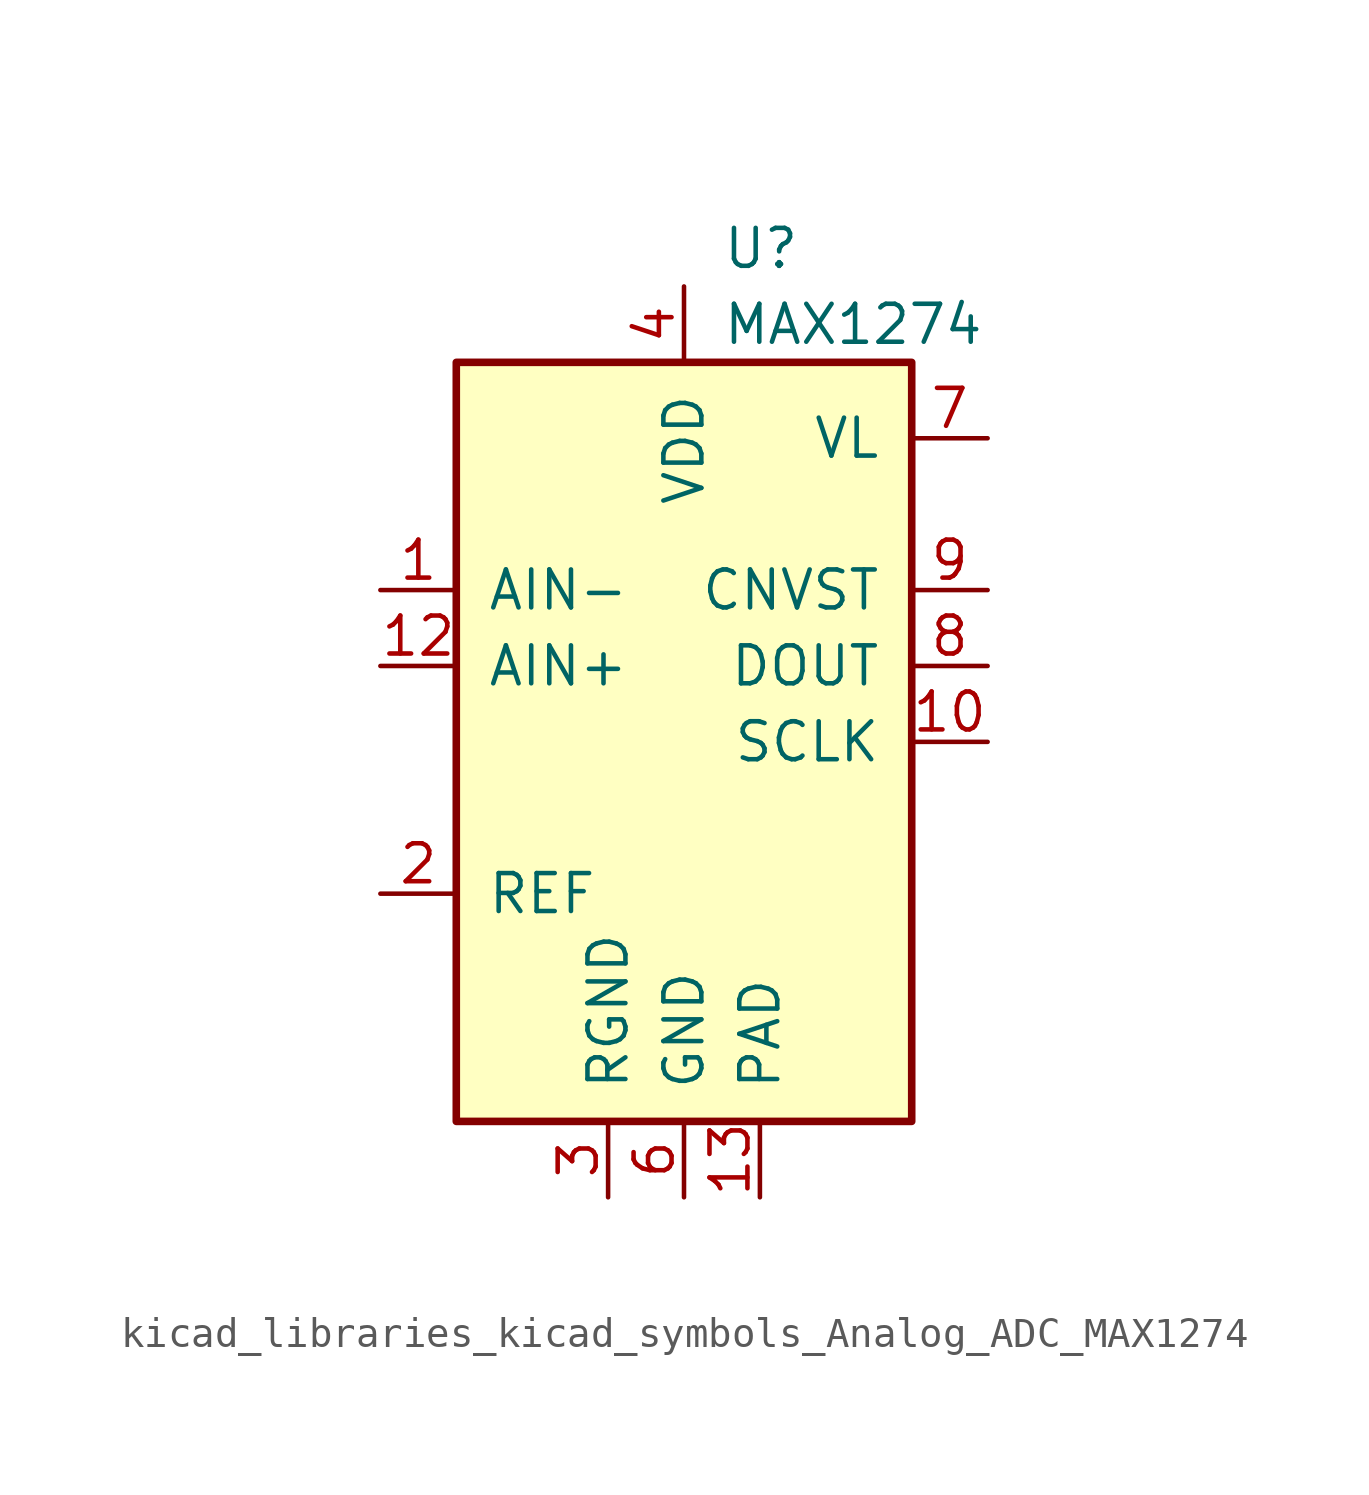
<source format=kicad_sym>
(kicad_symbol_lib
  (version 20220914)
  (generator kicad_symbol_editor)
  (symbol "kicad_libraries_kicad_symbols_Analog_ADC_MAX1274"
    (pin_names
      (offset 1.016))
    (property "Reference" "U"
      (at 1.27 16.51 0)
      (effects (font (size 1.27 1.27)) (justify left)))
    (property "Value" "MAX1274"
      (at 1.27 13.97 0)
      (effects (font (size 1.27 1.27)) (justify left)))
    (symbol "kicad_libraries_kicad_symbols_Analog_ADC_MAX1274_1_1"
      (rectangle (start -7.62 12.7) (end 7.62 -12.7) (stroke (width 0.254) (type default)) (fill (type background)))
      (pin input line (at -10.16 5.08 0) (length 2.54) (name "AIN-" (effects (font (size 1.27 1.27)))) (number "1" (effects (font (size 1.27 1.27)))))
      (pin input line (at 10.16 0 180) (length 2.54) (name "SCLK" (effects (font (size 1.27 1.27)))) (number "10" (effects (font (size 1.27 1.27)))))
      (pin no_connect line (at 7.62 -5.08 180) (length 2.54) hide (name "NC" (effects (font (size 1.27 1.27)))) (number "11" (effects (font (size 1.27 1.27)))))
      (pin input line (at -10.16 2.54 0) (length 2.54) (name "AIN+" (effects (font (size 1.27 1.27)))) (number "12" (effects (font (size 1.27 1.27)))))
      (pin power_in line (at 2.54 -15.24 90) (length 2.54) (name "PAD" (effects (font (size 1.27 1.27)))) (number "13" (effects (font (size 1.27 1.27)))))
      (pin input line (at -10.16 -5.08 0) (length 2.54) (name "REF" (effects (font (size 1.27 1.27)))) (number "2" (effects (font (size 1.27 1.27)))))
      (pin power_in line (at -2.54 -15.24 90) (length 2.54) (name "RGND" (effects (font (size 1.27 1.27)))) (number "3" (effects (font (size 1.27 1.27)))))
      (pin power_in line (at 0 15.24 270) (length 2.54) (name "VDD" (effects (font (size 1.27 1.27)))) (number "4" (effects (font (size 1.27 1.27)))))
      (pin no_connect line (at 7.62 -7.62 180) (length 2.54) hide (name "NC" (effects (font (size 1.27 1.27)))) (number "5" (effects (font (size 1.27 1.27)))))
      (pin power_in line (at 0 -15.24 90) (length 2.54) (name "GND" (effects (font (size 1.27 1.27)))) (number "6" (effects (font (size 1.27 1.27)))))
      (pin power_in line (at 10.16 10.16 180) (length 2.54) (name "VL" (effects (font (size 1.27 1.27)))) (number "7" (effects (font (size 1.27 1.27)))))
      (pin output line (at 10.16 2.54 180) (length 2.54) (name "DOUT" (effects (font (size 1.27 1.27)))) (number "8" (effects (font (size 1.27 1.27)))))
      (pin input line (at 10.16 5.08 180) (length 2.54) (name "CNVST" (effects (font (size 1.27 1.27)))) (number "9" (effects (font (size 1.27 1.27))))))))
</source>
